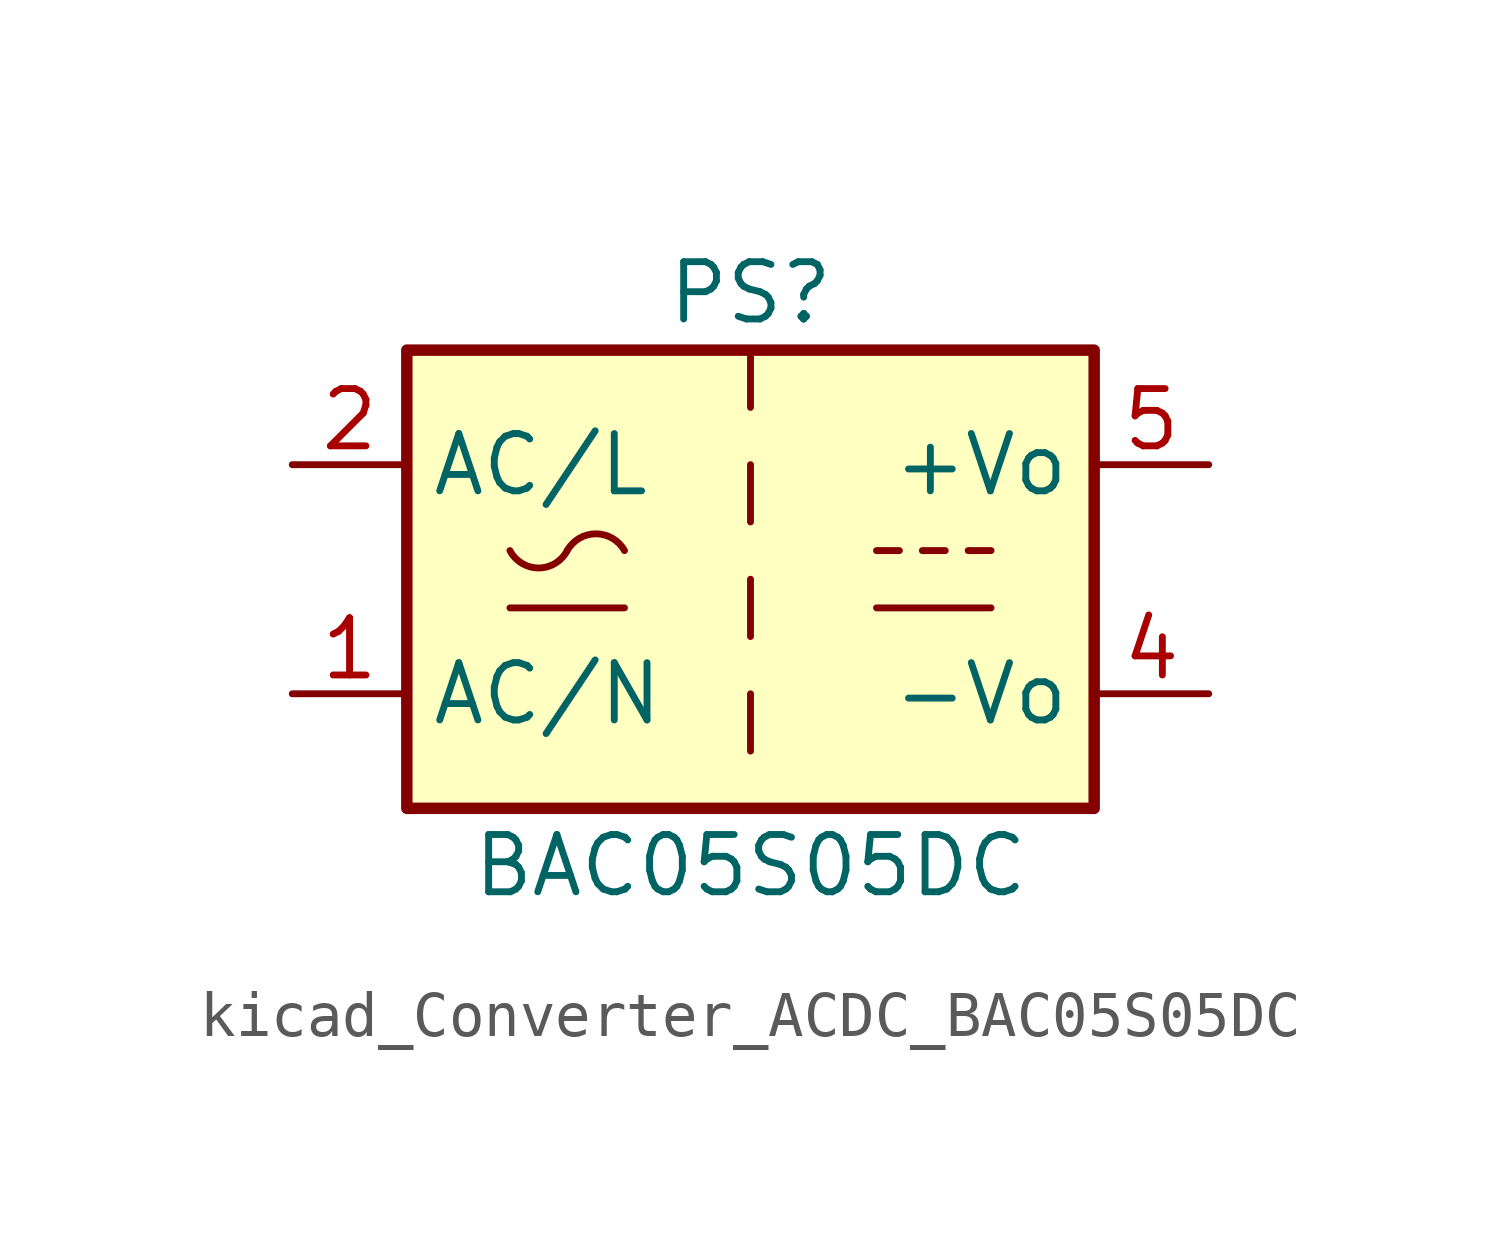
<source format=kicad_sym>
(kicad_symbol_lib
  (version 20220914)
  (generator kicad_symbol_editor)
  (symbol "kicad_Converter_ACDC_BAC05S05DC"
    (property "Reference" "PS"
      (at 0 6.35 0)
      (effects (font (size 1.27 1.27))))
    (property "Value" "BAC05S05DC"
      (at 0 -6.35 0)
      (effects (font (size 1.27 1.27))))
    (symbol "kicad_Converter_ACDC_BAC05S05DC_0_1"
      (rectangle (start -7.62 5.08) (end 7.62 -5.08) (stroke (width 0.254) (type default)) (fill (type background)))
      (arc (start -5.334 0.635) (mid -4.699 0.2495) (end -4.064 0.635) (stroke (width 0) (type default)) (fill (type none)))
      (arc (start -2.794 0.635) (mid -3.429 1.0072) (end -4.064 0.635) (stroke (width 0) (type default)) (fill (type none)))
      (polyline (pts (xy -5.334 -0.635) (xy -2.794 -0.635)) (stroke (width 0) (type default)) (fill (type none)))
      (polyline (pts (xy 0 -2.54) (xy 0 -3.81)) (stroke (width 0) (type default)) (fill (type none)))
      (polyline (pts (xy 0 0) (xy 0 -1.27)) (stroke (width 0) (type default)) (fill (type none)))
      (polyline (pts (xy 0 2.54) (xy 0 1.27)) (stroke (width 0) (type default)) (fill (type none)))
      (polyline (pts (xy 0 5.08) (xy 0 3.81)) (stroke (width 0) (type default)) (fill (type none)))
      (polyline (pts (xy 2.794 -0.635) (xy 5.334 -0.635)) (stroke (width 0) (type default)) (fill (type none)))
      (polyline (pts (xy 2.794 0.635) (xy 3.302 0.635)) (stroke (width 0) (type default)) (fill (type none)))
      (polyline (pts (xy 3.81 0.635) (xy 4.318 0.635)) (stroke (width 0) (type default)) (fill (type none)))
      (polyline (pts (xy 4.826 0.635) (xy 5.334 0.635)) (stroke (width 0) (type default)) (fill (type none))))
    (symbol "kicad_Converter_ACDC_BAC05S05DC_1_1"
      (pin power_in line (at -10.16 -2.54 0) (length 2.54) (name "AC/N" (effects (font (size 1.27 1.27)))) (number "1" (effects (font (size 1.27 1.27)))))
      (pin power_in line (at -10.16 2.54 0) (length 2.54) (name "AC/L" (effects (font (size 1.27 1.27)))) (number "2" (effects (font (size 1.27 1.27)))))
      (pin no_connect line (at 7.62 0 180) (length 2.54) hide (name "NC" (effects (font (size 1.27 1.27)))) (number "3" (effects (font (size 1.27 1.27)))))
      (pin power_out line (at 10.16 -2.54 180) (length 2.54) (name "-Vo" (effects (font (size 1.27 1.27)))) (number "4" (effects (font (size 1.27 1.27)))))
      (pin power_out line (at 10.16 2.54 180) (length 2.54) (name "+Vo" (effects (font (size 1.27 1.27)))) (number "5" (effects (font (size 1.27 1.27))))))))
</source>
